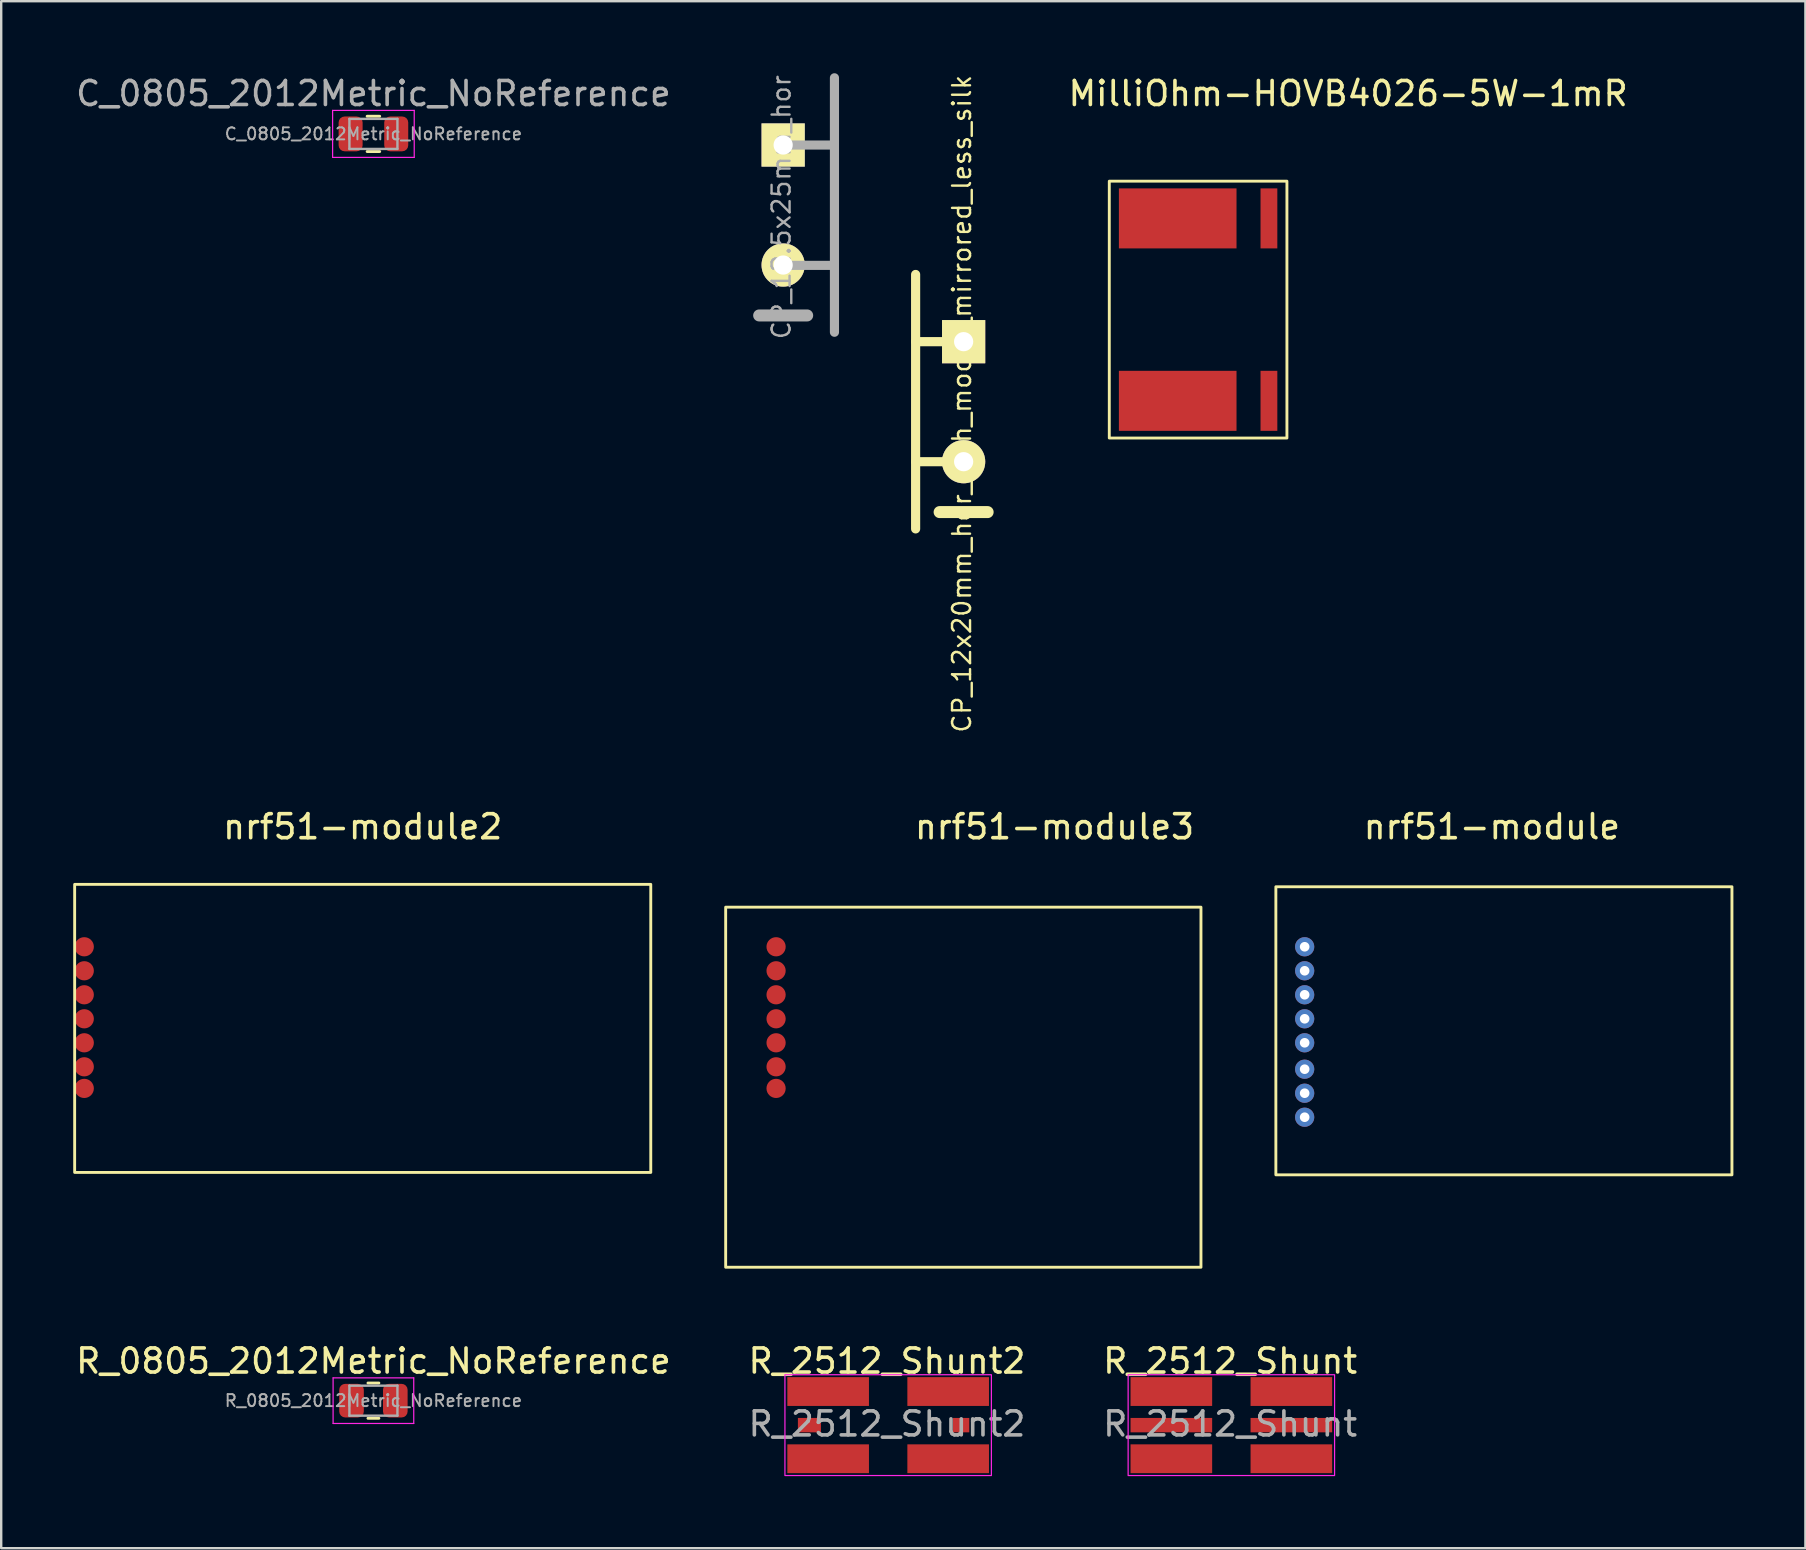
<source format=kicad_pcb>
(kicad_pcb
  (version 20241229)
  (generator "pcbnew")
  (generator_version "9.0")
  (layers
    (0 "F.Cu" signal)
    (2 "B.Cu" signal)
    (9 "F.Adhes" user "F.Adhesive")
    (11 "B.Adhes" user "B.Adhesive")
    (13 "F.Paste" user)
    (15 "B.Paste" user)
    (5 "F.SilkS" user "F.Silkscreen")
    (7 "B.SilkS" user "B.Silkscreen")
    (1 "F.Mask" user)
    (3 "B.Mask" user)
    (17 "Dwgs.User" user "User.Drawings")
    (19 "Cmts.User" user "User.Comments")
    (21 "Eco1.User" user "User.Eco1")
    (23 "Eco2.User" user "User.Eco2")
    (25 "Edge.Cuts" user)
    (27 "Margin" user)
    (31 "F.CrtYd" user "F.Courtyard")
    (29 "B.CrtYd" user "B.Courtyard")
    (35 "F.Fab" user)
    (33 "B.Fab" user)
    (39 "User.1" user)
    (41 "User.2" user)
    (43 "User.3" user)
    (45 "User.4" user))
  (footprint "MilliOhm-HOVB4026-5W-1mR"
    (layer "F.Cu")
    (at 53.111 1.348)
    (property "Reference" "MilliOhm-HOVB4026-5W-1mR" (at 0 -0.5 0) (unlocked yes) (layer "F.SilkS") (effects (font (size 1 1) (thickness 0.15))))
    (attr smd)
    (fp_rect (start -9.95 3.15) (end -2.55 13.85) (stroke (width 0.12) (type solid)) (fill no) (layer "F.SilkS"))
    (pad "1" smd rect (at -7.1 4.7) (size 4.9 2.5) (layers "F.Cu" "F.Mask" "F.Paste"))
    (pad "2" smd rect (at -3.3 4.7) (size 0.7 2.5) (layers "F.Cu" "F.Mask" "F.Paste"))
    (pad "3" smd rect (at -3.3 12.3) (size 0.7 2.5) (layers "F.Cu" "F.Mask" "F.Paste"))
    (pad "4" smd rect (at -7.1 12.3) (size 4.9 2.5) (layers "F.Cu" "F.Mask" "F.Paste")))
  (footprint "nrf51-module2"
    (layer "F.Cu")
    (at 12.06 31.891)
    (property "Reference" "nrf51-module2" (at 0 -0.5 0) (unlocked yes) (layer "F.SilkS") (effects (font (size 1 1) (thickness 0.15))))
    (attr through_hole)
    (fp_rect (start -12 1.9) (end 12 13.9) (stroke (width 0.12) (type solid)) (fill no) (layer "F.SilkS"))
    (pad "1" smd circle (at -11.6 4.5) (size 0.8 0.8) (layers "F.Cu" "F.Mask" "F.Paste"))
    (pad "1" smd circle (at -11.6 5.5) (size 0.8 0.8) (layers "F.Cu" "F.Mask" "F.Paste"))
    (pad "1" smd circle (at -11.6 6.5) (size 0.8 0.8) (layers "F.Cu" "F.Mask" "F.Paste"))
    (pad "1" smd circle (at -11.6 7.5) (size 0.8 0.8) (layers "F.Cu" "F.Mask" "F.Paste"))
    (pad "1" smd circle (at -11.6 8.5) (size 0.8 0.8) (layers "F.Cu" "F.Mask" "F.Paste"))
    (pad "1" smd circle (at -11.6 9.5) (size 0.8 0.8) (layers "F.Cu" "F.Mask" "F.Paste"))
    (pad "1" smd circle (at -11.6 10.4) (size 0.8 0.8) (layers "F.Cu" "F.Mask" "F.Paste")))
  (footprint "R_2512_Shunt2"
    (layer "F.Cu")
    (at 33.899 56.269)
    (property "Reference" "R_2512_Shunt2" (at 0 -2.62 0) (layer "F.SilkS") (effects (font (size 1 1) (thickness 0.15))))
    (attr smd)
    (fp_rect (start -4.25 -2.05) (end 4.35 2.15) (stroke (width 0.05) (type solid)) (fill no) (layer "F.CrtYd"))
    (fp_text user "${REFERENCE}" (at 0 0 0) (layer "F.Fab") (effects (font (size 1 1) (thickness 0.15))))
    (pad "1" smd rect (at -2.45 -1.35) (size 3.4 1.2) (layers "F.Cu" "F.Mask" "F.Paste"))
    (pad "1" smd rect (at -2.45 1.45) (size 3.4 1.2) (layers "F.Cu" "F.Mask" "F.Paste"))
    (pad "2" smd rect (at -3.23 0.05) (size 0.96 0.6) (layers "F.Cu" "F.Mask" "F.Paste"))
    (pad "3" smd rect (at 3.09 0.05) (size 0.68 0.6) (layers "F.Cu" "F.Mask" "F.Paste"))
    (pad "4" smd rect (at 2.55 -1.35) (size 3.4 1.2) (layers "F.Cu" "F.Mask" "F.Paste"))
    (pad "4" smd rect (at 2.55 1.45) (size 3.4 1.2) (layers "F.Cu" "F.Mask" "F.Paste")))
  (footprint "R_2512_Shunt"
    (layer "F.Cu")
    (at 48.196 56.269)
    (property "Reference" "R_2512_Shunt" (at 0 -2.62 0) (layer "F.SilkS") (effects (font (size 1 1) (thickness 0.15))))
    (attr smd)
    (fp_rect (start -4.25 -2.05) (end 4.35 2.15) (stroke (width 0.05) (type solid)) (fill no) (layer "F.CrtYd"))
    (fp_text user "${REFERENCE}" (at 0 0 0) (layer "F.Fab") (effects (font (size 1 1) (thickness 0.15))))
    (pad "1" smd rect (at -2.45 -1.35) (size 3.4 1.2) (layers "F.Cu" "F.Mask" "F.Paste"))
    (pad "1" smd rect (at -2.45 1.45) (size 3.4 1.2) (layers "F.Cu" "F.Mask" "F.Paste"))
    (pad "2" smd rect (at -2.45 0.05) (size 3.4 0.6) (layers "F.Cu" "F.Mask" "F.Paste"))
    (pad "3" smd rect (at 2.55 0.05) (size 3.4 0.6) (layers "F.Cu" "F.Mask" "F.Paste"))
    (pad "4" smd rect (at 2.55 -1.35) (size 3.4 1.2) (layers "F.Cu" "F.Mask" "F.Paste"))
    (pad "4" smd rect (at 2.55 1.45) (size 3.4 1.2) (layers "F.Cu" "F.Mask" "F.Paste")))
  (footprint "CP_12x20mm_hor_with_model_mirrored_less_silk"
    (layer "F.Cu")
    (at 35.78 12.946)
    (property "Reference" "CP_12x20mm_hor_with_model_mirrored_less_silk" (at 1.238 0.825 270) (layer "F.SilkS") (effects (font (size 0.75 0.75) (thickness 0.1))))
    (attr through_hole)
    (fp_line (start -0.687 -4.563) (end -0.687 6.037) (stroke (width 0.381) (type solid)) (layer "F.SilkS"))
    (fp_line (start 1.313 -1.763) (end -0.687 -1.763) (stroke (width 0.381) (type solid)) (layer "F.SilkS"))
    (fp_line (start 1.313 3.237) (end -0.687 3.237) (stroke (width 0.381) (type solid)) (layer "F.SilkS"))
    (fp_line (start 2.313 5.337) (end 0.313 5.337) (stroke (width 0.5) (type solid)) (layer "F.SilkS"))
    (pad "1" thru_hole rect (at 1.313 -1.763 180) (size 1.8 1.8) (drill 0.8) (layers "*.Cu" "*.Mask" "F.SilkS"))
    (pad "2" thru_hole circle (at 1.313 3.237 180) (size 1.8 1.8) (drill 0.8) (layers "*.Cu" "*.Mask" "F.SilkS")))
  (footprint "R_0805_2012Metric_NoReference"
    (layer "F.Cu")
    (at 12.506 55.299)
    (property "Reference" "R_0805_2012Metric_NoReference" (at 0 -1.65 0) (layer "F.SilkS") (effects (font (size 1 1) (thickness 0.15))))
    (attr smd)
    (fp_line (start -0.227 -0.735) (end 0.227 -0.735) (stroke (width 0.12) (type solid)) (layer "F.SilkS"))
    (fp_line (start -0.227 0.735) (end 0.227 0.735) (stroke (width 0.12) (type solid)) (layer "F.SilkS"))
    (fp_line (start -1.68 -0.95) (end 1.68 -0.95) (stroke (width 0.05) (type solid)) (layer "F.CrtYd"))
    (fp_line (start -1.68 0.95) (end -1.68 -0.95) (stroke (width 0.05) (type solid)) (layer "F.CrtYd"))
    (fp_line (start 1.68 -0.95) (end 1.68 0.95) (stroke (width 0.05) (type solid)) (layer "F.CrtYd"))
    (fp_line (start 1.68 0.95) (end -1.68 0.95) (stroke (width 0.05) (type solid)) (layer "F.CrtYd"))
    (fp_line (start -1 -0.625) (end 1 -0.625) (stroke (width 0.1) (type solid)) (layer "F.Fab"))
    (fp_line (start -1 0.625) (end -1 -0.625) (stroke (width 0.1) (type solid)) (layer "F.Fab"))
    (fp_line (start 1 -0.625) (end 1 0.625) (stroke (width 0.1) (type solid)) (layer "F.Fab"))
    (fp_line (start 1 0.625) (end -1 0.625) (stroke (width 0.1) (type solid)) (layer "F.Fab"))
    (fp_text user "${REFERENCE}" (at 0 0 0) (layer "F.Fab") (effects (font (size 0.5 0.5) (thickness 0.08))))
    (pad "1" smd roundrect (at -0.912 0) (size 1.025 1.4) (layers "F.Cu" "F.Mask" "F.Paste") (roundrect_rratio 0.244))
    (pad "2" smd roundrect (at 0.912 0) (size 1.025 1.4) (layers "F.Cu" "F.Mask" "F.Paste") (roundrect_rratio 0.244)))
  (footprint "nrf51-module3"
    (layer "F.Cu")
    (at 40.88 31.891)
    (property "Reference" "nrf51-module3" (at 0 -0.5 0) (unlocked yes) (layer "F.SilkS") (effects (font (size 1 1) (thickness 0.15))))
    (attr through_hole)
    (fp_rect (start -13.7 2.85) (end 6.1 17.85) (stroke (width 0.12) (type solid)) (fill no) (layer "F.SilkS"))
    (pad "1" smd circle (at -11.6 4.5) (size 0.8 0.8) (layers "F.Cu" "F.Mask" "F.Paste"))
    (pad "1" smd circle (at -11.6 5.5) (size 0.8 0.8) (layers "F.Cu" "F.Mask" "F.Paste"))
    (pad "1" smd circle (at -11.6 6.5) (size 0.8 0.8) (layers "F.Cu" "F.Mask" "F.Paste"))
    (pad "1" smd circle (at -11.6 7.5) (size 0.8 0.8) (layers "F.Cu" "F.Mask" "F.Paste"))
    (pad "1" smd circle (at -11.6 8.5) (size 0.8 0.8) (layers "F.Cu" "F.Mask" "F.Paste"))
    (pad "1" smd circle (at -11.6 9.5) (size 0.8 0.8) (layers "F.Cu" "F.Mask" "F.Paste"))
    (pad "1" smd circle (at -11.6 10.4) (size 0.8 0.8) (layers "F.Cu" "F.Mask" "F.Paste")))
  (footprint "nrf51-module"
    (layer "F.Cu")
    (at 59.1 31.891)
    (property "Reference" "nrf51-module" (at 0 -0.5 0) (unlocked yes) (layer "F.SilkS") (effects (font (size 1 1) (thickness 0.15))))
    (attr through_hole)
    (fp_rect (start -9 2) (end 10 14) (stroke (width 0.12) (type solid)) (fill no) (layer "F.SilkS"))
    (pad "1" thru_hole circle (at -7.8 4.5) (size 0.8 0.8) (drill 0.4) (layers "*.Cu" "*.Mask"))
    (pad "2" thru_hole circle (at -7.8 5.5) (size 0.8 0.8) (drill 0.4) (layers "*.Cu" "*.Mask"))
    (pad "3" thru_hole circle (at -7.8 6.5) (size 0.8 0.8) (drill 0.4) (layers "*.Cu" "*.Mask"))
    (pad "4" thru_hole circle (at -7.8 7.5) (size 0.8 0.8) (drill 0.4) (layers "*.Cu" "*.Mask"))
    (pad "5" thru_hole circle (at -7.8 8.5) (size 0.8 0.8) (drill 0.4) (layers "*.Cu" "*.Mask"))
    (pad "6" thru_hole circle (at -7.8 9.6) (size 0.8 0.8) (drill 0.4) (layers "*.Cu" "*.Mask"))
    (pad "7" thru_hole circle (at -7.8 10.6) (size 0.8 0.8) (drill 0.4) (layers "*.Cu" "*.Mask"))
    (pad "8" thru_hole circle (at -7.8 11.6) (size 0.8 0.8) (drill 0.4) (layers "*.Cu" "*.Mask")))
  (footprint "C_0805_2012Metric_NoReference"
    (layer "F.Cu")
    (at 12.506 2.528)
    (property "Reference" "C_0805_2012Metric_NoReference" (at 0 -1.68 0) (layer "F.Fab") (effects (font (size 1 1) (thickness 0.15))))
    (attr smd)
    (fp_line (start -0.261 -0.735) (end 0.261 -0.735) (stroke (width 0.12) (type solid)) (layer "F.SilkS"))
    (fp_line (start -0.261 0.735) (end 0.261 0.735) (stroke (width 0.12) (type solid)) (layer "F.SilkS"))
    (fp_line (start -1.7 -0.98) (end 1.7 -0.98) (stroke (width 0.05) (type solid)) (layer "F.CrtYd"))
    (fp_line (start -1.7 0.98) (end -1.7 -0.98) (stroke (width 0.05) (type solid)) (layer "F.CrtYd"))
    (fp_line (start 1.7 -0.98) (end 1.7 0.98) (stroke (width 0.05) (type solid)) (layer "F.CrtYd"))
    (fp_line (start 1.7 0.98) (end -1.7 0.98) (stroke (width 0.05) (type solid)) (layer "F.CrtYd"))
    (fp_line (start -1 -0.625) (end 1 -0.625) (stroke (width 0.1) (type solid)) (layer "F.Fab"))
    (fp_line (start -1 0.625) (end -1 -0.625) (stroke (width 0.1) (type solid)) (layer "F.Fab"))
    (fp_line (start 1 -0.625) (end 1 0.625) (stroke (width 0.1) (type solid)) (layer "F.Fab"))
    (fp_line (start 1 0.625) (end -1 0.625) (stroke (width 0.1) (type solid)) (layer "F.Fab"))
    (fp_text user "${REFERENCE}" (at 0 0 0) (layer "F.Fab") (effects (font (size 0.5 0.5) (thickness 0.08))))
    (pad "1" smd roundrect (at -0.95 0) (size 1 1.45) (layers "F.Cu" "F.Mask" "F.Paste") (roundrect_rratio 0.25))
    (pad "2" smd roundrect (at 0.95 0) (size 1 1.45) (layers "F.Cu" "F.Mask" "F.Paste") (roundrect_rratio 0.25)))
  (footprint "CP_12.5x25mm_hor"
    (layer "F.Cu")
    (at 28.262 4.754)
    (property "Reference" "CP_12.5x25mm_hor" (at 1.238 0.825 270) (layer "F.Fab") (effects (font (size 0.75 0.75) (thickness 0.1))))
    (attr through_hole)
    (fp_line (start 2.313 5.337) (end 0.313 5.337) (stroke (width 0.5) (type solid)) (layer "F.Fab"))
    (fp_line (start 3.35 -1.763) (end 1.35 -1.763) (stroke (width 0.381) (type solid)) (layer "F.Fab"))
    (fp_line (start 3.35 3.25) (end 1.35 3.25) (stroke (width 0.381) (type solid)) (layer "F.Fab"))
    (fp_line (start 3.45 -4.563) (end 3.45 6.037) (stroke (width 0.381) (type solid)) (layer "F.Fab"))
    (pad "1" thru_hole rect (at 1.313 -1.763 180) (size 1.8 1.8) (drill 0.8) (layers "*.Cu" "*.Mask" "F.SilkS"))
    (pad "2" thru_hole circle (at 1.313 3.237 180) (size 1.8 1.8) (drill 0.8) (layers "*.Cu" "*.Mask" "F.SilkS")))
  (gr_rect
    (start -3 -3)
    (end 72.16 61.444)
    (stroke (width 0.1) (type default))
    (fill no)
    (layer "Edge.Cuts")))
</source>
